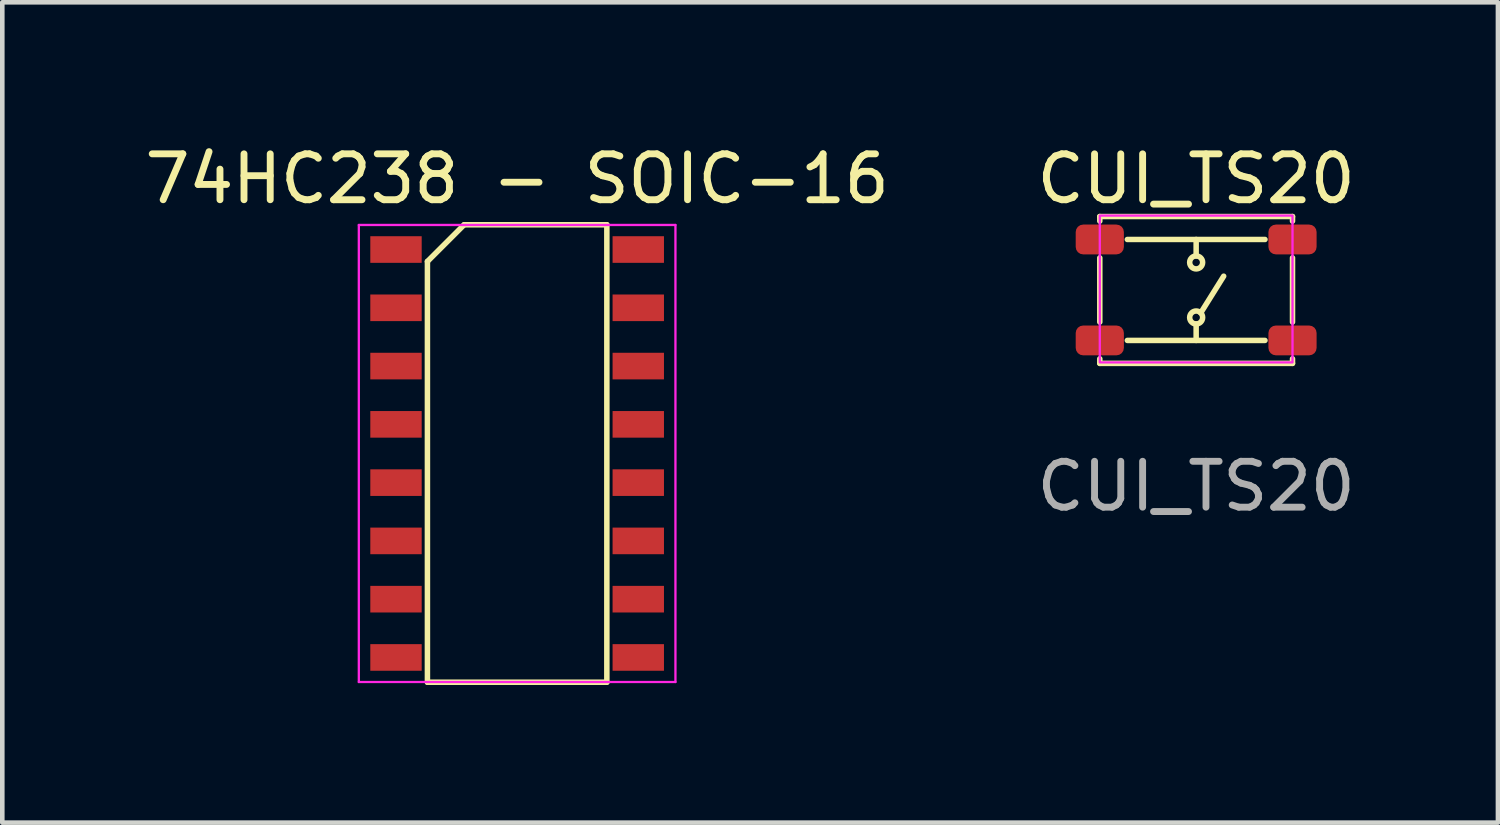
<source format=kicad_pcb>
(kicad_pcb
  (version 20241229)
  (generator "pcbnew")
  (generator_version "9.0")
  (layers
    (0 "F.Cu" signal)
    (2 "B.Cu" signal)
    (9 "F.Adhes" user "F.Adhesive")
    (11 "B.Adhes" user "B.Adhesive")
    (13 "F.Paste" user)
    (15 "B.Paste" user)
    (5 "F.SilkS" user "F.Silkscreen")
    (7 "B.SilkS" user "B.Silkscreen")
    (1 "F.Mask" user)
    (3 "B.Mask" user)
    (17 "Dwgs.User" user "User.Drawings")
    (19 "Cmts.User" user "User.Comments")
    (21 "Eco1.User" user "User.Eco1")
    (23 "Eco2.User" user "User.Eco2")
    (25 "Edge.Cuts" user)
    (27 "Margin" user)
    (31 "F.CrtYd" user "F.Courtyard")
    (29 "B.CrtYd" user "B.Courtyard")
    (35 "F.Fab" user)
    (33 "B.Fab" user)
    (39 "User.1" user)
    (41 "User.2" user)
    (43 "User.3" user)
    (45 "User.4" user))
  (footprint "CUI_TS20"
    (layer "F.Cu")
    (at 23.018 3.348)
    (property "Reference" "CUI_TS20" (at 0 -2.5 0) (unlocked yes) (layer "F.SilkS") (effects (font (size 1 1) (thickness 0.15))))
    (attr smd)
    (fp_line (start -2.1 -1.679) (end -2.1 -1.579) (stroke (width 0.12) (type solid)) (layer "F.SilkS"))
    (fp_line (start -2.1 -0.779) (end -2.1 0.621) (stroke (width 0.12) (type solid)) (layer "F.SilkS"))
    (fp_line (start -2.1 1.521) (end -2.1 1.421) (stroke (width 0.12) (type solid)) (layer "F.SilkS"))
    (fp_line (start -2.1 1.521) (end 2.1 1.521) (stroke (width 0.12) (type solid)) (layer "F.SilkS"))
    (fp_line (start -1.5 -1.179) (end 1.5 -1.179) (stroke (width 0.12) (type solid)) (layer "F.SilkS"))
    (fp_line (start -1.5 1.021) (end 1.5 1.021) (stroke (width 0.12) (type solid)) (layer "F.SilkS"))
    (fp_line (start 0 -1.179) (end 0 -0.821) (stroke (width 0.12) (type solid)) (layer "F.SilkS"))
    (fp_line (start 0 1.021) (end 0 0.662) (stroke (width 0.12) (type solid)) (layer "F.SilkS"))
    (fp_line (start 0.1 0.421) (end 0.6 -0.379) (stroke (width 0.12) (type solid)) (layer "F.SilkS"))
    (fp_line (start 2.1 -1.679) (end -2.1 -1.679) (stroke (width 0.12) (type solid)) (layer "F.SilkS"))
    (fp_line (start 2.1 -1.679) (end 2.1 -1.579) (stroke (width 0.12) (type solid)) (layer "F.SilkS"))
    (fp_line (start 2.1 0.621) (end 2.1 -0.779) (stroke (width 0.12) (type solid)) (layer "F.SilkS"))
    (fp_line (start 2.1 1.521) (end 2.1 1.421) (stroke (width 0.12) (type solid)) (layer "F.SilkS"))
    (fp_circle (center 0 -0.679) (end 0.1 -0.779) (stroke (width 0.12) (type solid)) (fill no) (layer "F.SilkS"))
    (fp_circle (center 0 0.521) (end 0.1 0.621) (stroke (width 0.12) (type solid)) (fill no) (layer "F.SilkS"))
    (fp_rect (start -2.1 -1.7) (end 2.1 1.5) (stroke (width 0.05) (type default)) (fill no) (layer "F.CrtYd"))
    (fp_text user "${REFERENCE}" (at 0 4.2 0) (unlocked yes) (layer "F.Fab") (effects (font (size 1 1) (thickness 0.15))))
    (pad "1" smd roundrect (at -2.1 -1.179) (size 1.05 0.65) (layers "F.Cu" "F.Mask" "F.Paste") (roundrect_rratio 0.25))
    (pad "2" smd roundrect (at 2.1 -1.179) (size 1.05 0.65) (layers "F.Cu" "F.Mask" "F.Paste") (roundrect_rratio 0.25))
    (pad "3" smd roundrect (at -2.1 1.021) (size 1.05 0.65) (layers "F.Cu" "F.Mask" "F.Paste") (roundrect_rratio 0.25))
    (pad "4" smd roundrect (at 2.1 1.021) (size 1.05 0.65) (layers "F.Cu" "F.Mask" "F.Paste") (roundrect_rratio 0.25)))
  (footprint "74HC238 - SOIC-16"
    (layer "F.Cu")
    (at 8.22 6.833)
    (property "Reference" "74HC238 - SOIC-16" (at 0 -5.985 0) (layer "F.SilkS") (effects (font (size 1 1) (thickness 0.15))))
    (attr smd)
    (fp_line (start -1.955 -4.185) (end -1.155 -4.985) (stroke (width 0.12) (type default)) (layer "F.SilkS"))
    (fp_line (start -1.955 4.985) (end -1.955 -4.185) (stroke (width 0.12) (type default)) (layer "F.SilkS"))
    (fp_line (start -1.155 -4.985) (end 1.955 -4.985) (stroke (width 0.12) (type default)) (layer "F.SilkS"))
    (fp_line (start 1.955 -4.985) (end 1.955 4.985) (stroke (width 0.12) (type default)) (layer "F.SilkS"))
    (fp_line (start 1.955 4.985) (end -1.955 4.985) (stroke (width 0.12) (type default)) (layer "F.SilkS"))
    (fp_line (start -3.45 -4.98) (end 3.45 -4.98) (stroke (width 0.05) (type default)) (layer "F.CrtYd"))
    (fp_line (start -3.45 4.98) (end -3.45 -4.98) (stroke (width 0.05) (type default)) (layer "F.CrtYd"))
    (fp_line (start 3.45 -4.98) (end 3.45 4.98) (stroke (width 0.05) (type default)) (layer "F.CrtYd"))
    (fp_line (start 3.45 4.98) (end -3.45 4.98) (stroke (width 0.05) (type default)) (layer "F.CrtYd"))
    (pad "1" smd rect (at -2.64 -4.445 270) (size 0.58 1.12) (layers "F.Cu" "F.Mask" "F.Paste"))
    (pad "2" smd rect (at -2.64 -3.175 270) (size 0.58 1.12) (layers "F.Cu" "F.Mask" "F.Paste"))
    (pad "3" smd rect (at -2.64 -1.905 270) (size 0.58 1.12) (layers "F.Cu" "F.Mask" "F.Paste"))
    (pad "4" smd rect (at -2.64 -0.635 270) (size 0.58 1.12) (layers "F.Cu" "F.Mask" "F.Paste"))
    (pad "5" smd rect (at -2.64 0.635 270) (size 0.58 1.12) (layers "F.Cu" "F.Mask" "F.Paste"))
    (pad "6" smd rect (at -2.64 1.905 270) (size 0.58 1.12) (layers "F.Cu" "F.Mask" "F.Paste"))
    (pad "7" smd rect (at -2.64 3.175 270) (size 0.58 1.12) (layers "F.Cu" "F.Mask" "F.Paste"))
    (pad "8" smd rect (at -2.64 4.445 270) (size 0.58 1.12) (layers "F.Cu" "F.Mask" "F.Paste"))
    (pad "9" smd rect (at 2.64 4.445 270) (size 0.58 1.12) (layers "F.Cu" "F.Mask" "F.Paste"))
    (pad "10" smd rect (at 2.64 3.175 270) (size 0.58 1.12) (layers "F.Cu" "F.Mask" "F.Paste"))
    (pad "11" smd rect (at 2.64 1.905 270) (size 0.58 1.12) (layers "F.Cu" "F.Mask" "F.Paste"))
    (pad "12" smd rect (at 2.64 0.635 270) (size 0.58 1.12) (layers "F.Cu" "F.Mask" "F.Paste"))
    (pad "13" smd rect (at 2.64 -0.635 270) (size 0.58 1.12) (layers "F.Cu" "F.Mask" "F.Paste"))
    (pad "14" smd rect (at 2.64 -1.905 270) (size 0.58 1.12) (layers "F.Cu" "F.Mask" "F.Paste"))
    (pad "15" smd rect (at 2.64 -3.175 270) (size 0.58 1.12) (layers "F.Cu" "F.Mask" "F.Paste"))
    (pad "16" smd rect (at 2.64 -4.445 270) (size 0.58 1.12) (layers "F.Cu" "F.Mask" "F.Paste")))
  (gr_rect
    (start -3 -3)
    (end 29.595 14.878)
    (stroke (width 0.1) (type default))
    (fill no)
    (layer "Edge.Cuts")))
</source>
